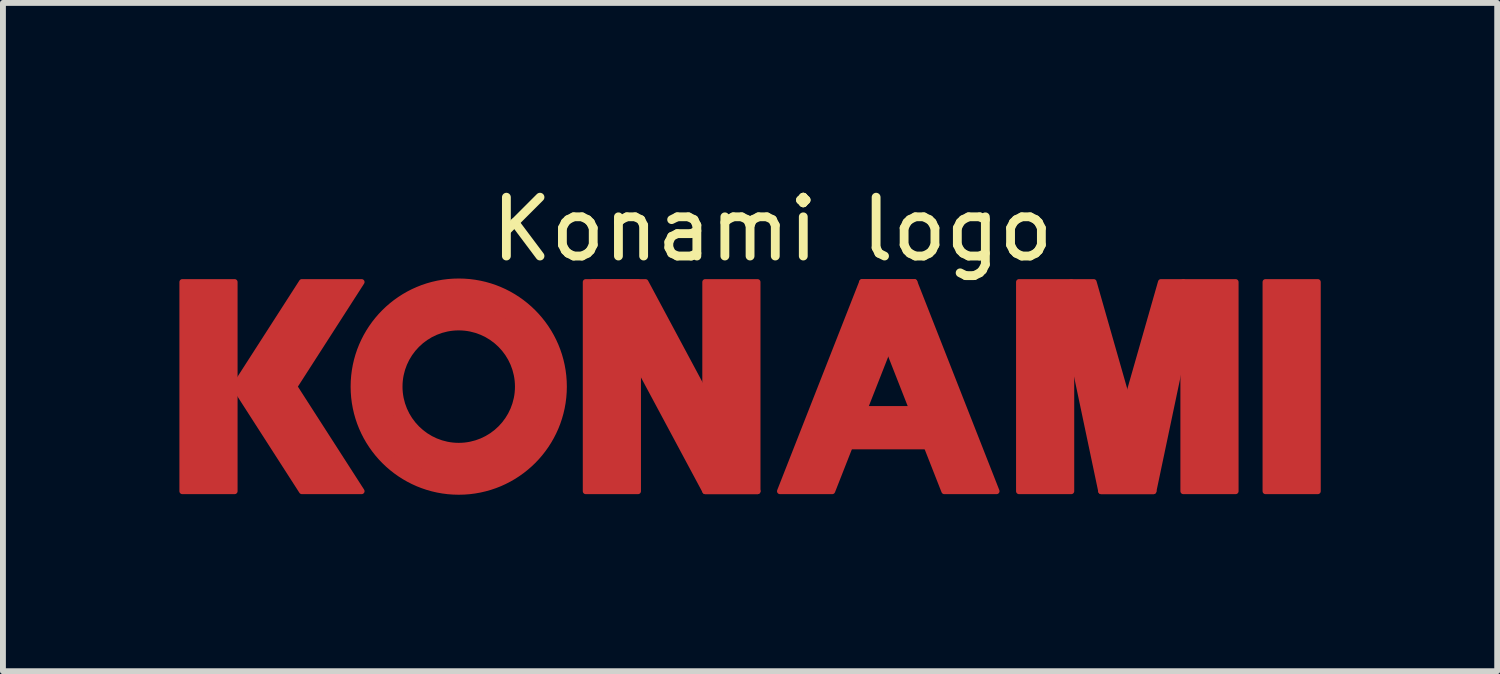
<source format=kicad_pcb>
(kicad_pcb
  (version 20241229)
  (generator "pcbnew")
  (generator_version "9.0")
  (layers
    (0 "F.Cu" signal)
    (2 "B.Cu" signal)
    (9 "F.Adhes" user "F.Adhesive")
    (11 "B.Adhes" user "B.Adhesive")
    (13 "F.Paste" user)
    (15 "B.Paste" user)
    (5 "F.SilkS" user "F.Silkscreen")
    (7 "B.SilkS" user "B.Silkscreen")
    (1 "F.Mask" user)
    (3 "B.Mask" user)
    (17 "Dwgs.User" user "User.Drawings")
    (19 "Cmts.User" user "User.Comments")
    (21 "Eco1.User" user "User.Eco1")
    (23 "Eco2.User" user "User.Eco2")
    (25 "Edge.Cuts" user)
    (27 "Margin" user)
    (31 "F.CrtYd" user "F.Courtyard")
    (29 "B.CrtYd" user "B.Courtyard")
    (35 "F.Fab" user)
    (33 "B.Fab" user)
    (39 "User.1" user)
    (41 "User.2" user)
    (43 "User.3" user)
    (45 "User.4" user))
  (footprint "Konami logo"
    (layer "F.Cu")
    (at 10.083 3.65)
    (property "Reference" "Konami logo" (at 0 -2.802 0) (layer "F.SilkS") (effects (font (size 1 1) (thickness 0.15))))
    (attr through_hole)
    (fp_circle (center -5.334 -0.127) (end -4.318 -0.127) (stroke (width 0.12) (type solid)) (fill no) (layer "F.Cu"))
    (fp_circle (center -5.334 -0.127) (end -4.253 -0.127) (stroke (width 0.12) (type solid)) (fill no) (layer "F.Cu"))
    (fp_circle (center -5.334 -0.127) (end -4.191 -0.127) (stroke (width 0.12) (type solid)) (fill no) (layer "F.Cu"))
    (fp_circle (center -5.334 -0.127) (end -4.128 -0.127) (stroke (width 0.12) (type solid)) (fill no) (layer "F.Cu"))
    (fp_circle (center -5.334 -0.127) (end -4.058 -0.127) (stroke (width 0.12) (type solid)) (fill no) (layer "F.Cu"))
    (fp_circle (center -5.334 -0.127) (end -3.994 -0.127) (stroke (width 0.12) (type solid)) (fill no) (layer "F.Cu"))
    (fp_circle (center -5.334 -0.127) (end -3.937 -0.127) (stroke (width 0.12) (type solid)) (fill no) (layer "F.Cu"))
    (fp_circle (center -5.334 -0.127) (end -3.872 -0.127) (stroke (width 0.12) (type solid)) (fill no) (layer "F.Cu"))
    (fp_circle (center -5.334 -0.127) (end -3.809 -0.127) (stroke (width 0.12) (type solid)) (fill no) (layer "F.Cu"))
    (fp_circle (center -5.334 -0.127) (end -3.747 -0.127) (stroke (width 0.12) (type solid)) (fill no) (layer "F.Cu"))
    (fp_circle (center -5.334 -0.127) (end -3.682 -0.127) (stroke (width 0.12) (type solid)) (fill no) (layer "F.Cu"))
    (fp_circle (center -5.334 -0.127) (end -3.615 -0.127) (stroke (width 0.12) (type solid)) (fill no) (layer "F.Cu"))
    (fp_circle (center -5.334 -0.127) (end -3.556 -0.127) (stroke (width 0.12) (type solid)) (fill no) (layer "F.Cu"))
    (fp_poly (pts (xy -9.144 1.651) (xy -10.033 1.651) (xy -10.033 -1.905) (xy -9.144 -1.905)) (stroke (width 0.1) (type solid)) (fill yes) (layer "F.Cu"))
    (fp_poly (pts (xy -2.286 1.651) (xy -3.175 1.651) (xy -3.175 -1.905) (xy -2.286 -1.905)) (stroke (width 0.1) (type solid)) (fill yes) (layer "F.Cu"))
    (fp_poly (pts (xy -0.254 1.651) (xy -1.143 1.651) (xy -3.048 -1.905) (xy -2.159 -1.905)) (stroke (width 0.1) (type solid)) (fill yes) (layer "F.Cu"))
    (fp_poly (pts (xy -0.254 1.651) (xy -1.143 1.651) (xy -1.143 -1.905) (xy -0.254 -1.905)) (stroke (width 0.1) (type solid)) (fill yes) (layer "F.Cu"))
    (fp_poly (pts (xy 1.016 1.651) (xy 0.127 1.651) (xy 1.524 -1.905) (xy 2.413 -1.905)) (stroke (width 0.1) (type solid)) (fill yes) (layer "F.Cu"))
    (fp_poly (pts (xy 3.175 0.889) (xy 0.762 0.889) (xy 0.762 0.254) (xy 3.175 0.254)) (stroke (width 0.1) (type solid)) (fill yes) (layer "F.Cu"))
    (fp_poly (pts (xy 3.81 1.651) (xy 2.921 1.651) (xy 1.524 -1.905) (xy 2.413 -1.905)) (stroke (width 0.1) (type solid)) (fill yes) (layer "F.Cu"))
    (fp_poly (pts (xy 5.08 1.651) (xy 4.191 1.651) (xy 4.191 -1.905) (xy 5.08 -1.905)) (stroke (width 0.1) (type solid)) (fill yes) (layer "F.Cu"))
    (fp_poly (pts (xy 7.874 1.651) (xy 6.985 1.651) (xy 6.985 -1.905) (xy 7.874 -1.905)) (stroke (width 0.1) (type solid)) (fill yes) (layer "F.Cu"))
    (fp_poly (pts (xy 9.271 1.651) (xy 8.382 1.651) (xy 8.382 -1.905) (xy 9.271 -1.905)) (stroke (width 0.1) (type solid)) (fill yes) (layer "F.Cu"))
    (fp_poly (pts (xy 6.477 1.651) (xy 5.588 1.651) (xy 5.08 -0.762) (xy 5.08 -1.905) (xy 5.461 -1.905)) (stroke (width 0.1) (type solid)) (fill yes) (layer "F.Cu"))
    (fp_poly (pts (xy 6.985 -0.762) (xy 6.477 1.651) (xy 5.588 1.651) (xy 6.604 -1.905) (xy 6.985 -1.905)) (stroke (width 0.1) (type solid)) (fill yes) (layer "F.Cu"))
    (fp_poly (pts (xy -8.128 -0.127) (xy -6.985 1.651) (xy -8.001 1.651) (xy -9.144 -0.127) (xy -8.001 -1.905) (xy -6.985 -1.905)) (stroke (width 0.1) (type solid)) (fill yes) (layer "F.Cu")))
  (gr_rect
    (start -3 -3)
    (end 22.404 8.361)
    (stroke (width 0.1) (type default))
    (fill no)
    (layer "Edge.Cuts")))
</source>
